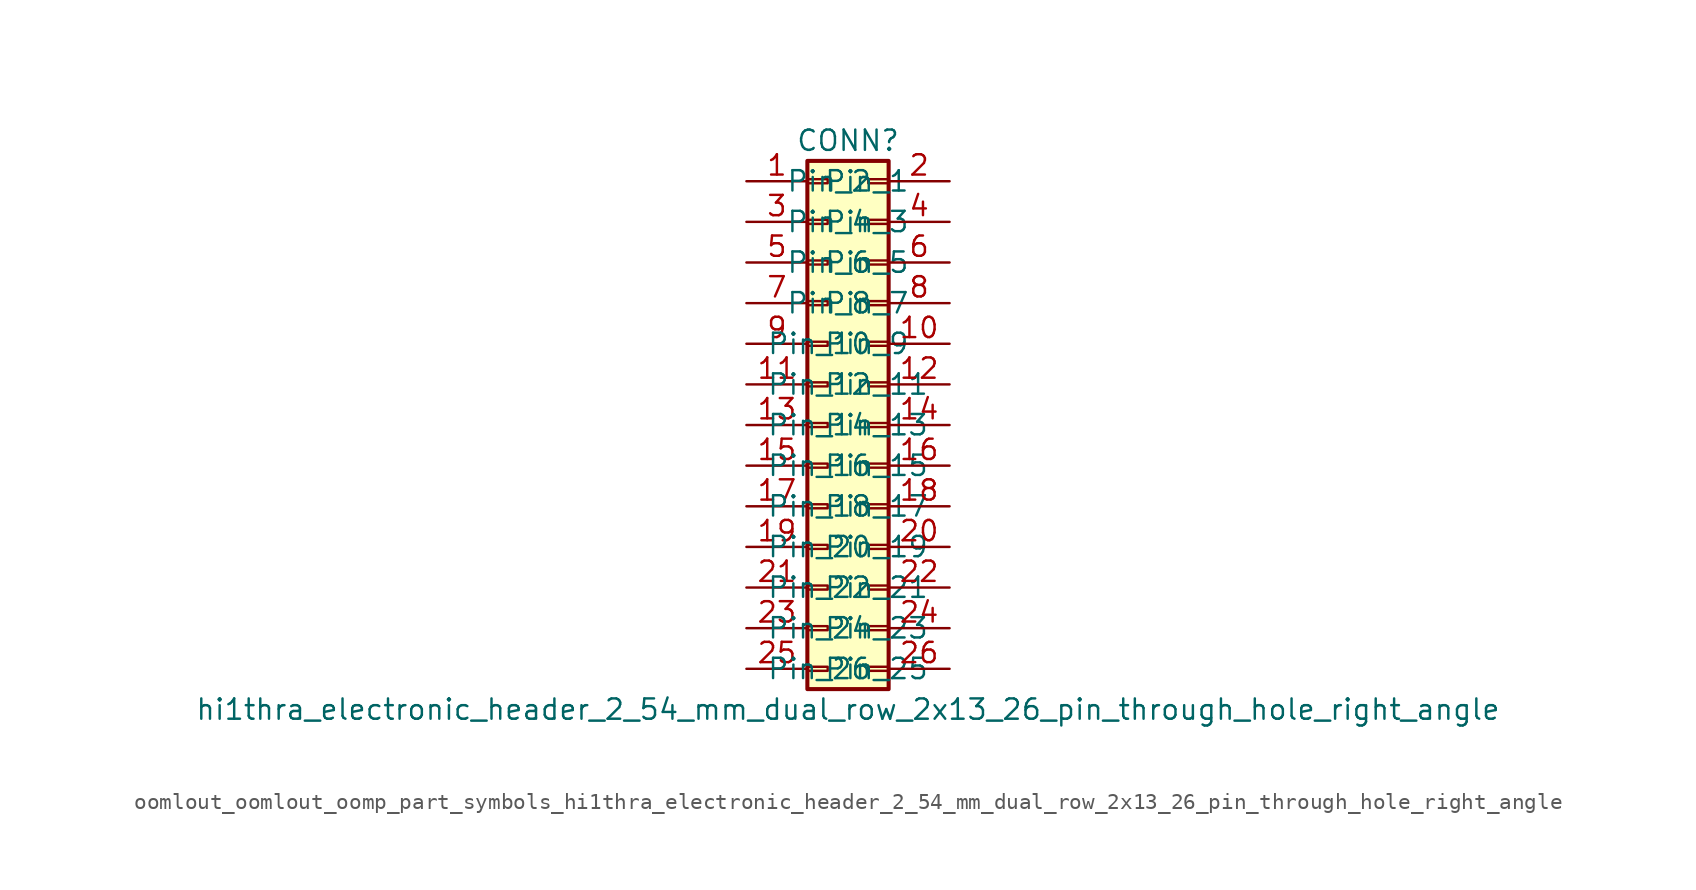
<source format=kicad_sym>
(kicad_symbol_lib
  (version 20220914)
  (generator kicad_symbol_editor)
  (symbol "oomlout_oomlout_oomp_part_symbols_hi1thra_electronic_header_2_54_mm_dual_row_2x13_26_pin_through_hole_right_angle"
    (pin_names
      (offset 1.016))
    (property "Reference" "CONN"
      (at 1.27 17.78 0)
      (effects (font (size 1.27 1.27))))
    (property "Value" "hi1thra_electronic_header_2_54_mm_dual_row_2x13_26_pin_through_hole_right_angle"
      (at 1.27 -17.78 0)
      (effects (font (size 1.27 1.27))))
    (symbol "oomlout_oomlout_oomp_part_symbols_hi1thra_electronic_header_2_54_mm_dual_row_2x13_26_pin_through_hole_right_angle_1_1"
      (rectangle (start -1.27 -15.113) (end 0 -15.367) (stroke (width 0.152) (type default)) (fill (type none)))
      (rectangle (start -1.27 -12.573) (end 0 -12.827) (stroke (width 0.152) (type default)) (fill (type none)))
      (rectangle (start -1.27 -10.033) (end 0 -10.287) (stroke (width 0.152) (type default)) (fill (type none)))
      (rectangle (start -1.27 -7.493) (end 0 -7.747) (stroke (width 0.152) (type default)) (fill (type none)))
      (rectangle (start -1.27 -4.953) (end 0 -5.207) (stroke (width 0.152) (type default)) (fill (type none)))
      (rectangle (start -1.27 -2.413) (end 0 -2.667) (stroke (width 0.152) (type default)) (fill (type none)))
      (rectangle (start -1.27 0.127) (end 0 -0.127) (stroke (width 0.152) (type default)) (fill (type none)))
      (rectangle (start -1.27 2.667) (end 0 2.413) (stroke (width 0.152) (type default)) (fill (type none)))
      (rectangle (start -1.27 5.207) (end 0 4.953) (stroke (width 0.152) (type default)) (fill (type none)))
      (rectangle (start -1.27 7.747) (end 0 7.493) (stroke (width 0.152) (type default)) (fill (type none)))
      (rectangle (start -1.27 10.287) (end 0 10.033) (stroke (width 0.152) (type default)) (fill (type none)))
      (rectangle (start -1.27 12.827) (end 0 12.573) (stroke (width 0.152) (type default)) (fill (type none)))
      (rectangle (start -1.27 15.367) (end 0 15.113) (stroke (width 0.152) (type default)) (fill (type none)))
      (rectangle (start -1.27 16.51) (end 3.81 -16.51) (stroke (width 0.254) (type default)) (fill (type background)))
      (rectangle (start 3.81 -15.113) (end 2.54 -15.367) (stroke (width 0.152) (type default)) (fill (type none)))
      (rectangle (start 3.81 -12.573) (end 2.54 -12.827) (stroke (width 0.152) (type default)) (fill (type none)))
      (rectangle (start 3.81 -10.033) (end 2.54 -10.287) (stroke (width 0.152) (type default)) (fill (type none)))
      (rectangle (start 3.81 -7.493) (end 2.54 -7.747) (stroke (width 0.152) (type default)) (fill (type none)))
      (rectangle (start 3.81 -4.953) (end 2.54 -5.207) (stroke (width 0.152) (type default)) (fill (type none)))
      (rectangle (start 3.81 -2.413) (end 2.54 -2.667) (stroke (width 0.152) (type default)) (fill (type none)))
      (rectangle (start 3.81 0.127) (end 2.54 -0.127) (stroke (width 0.152) (type default)) (fill (type none)))
      (rectangle (start 3.81 2.667) (end 2.54 2.413) (stroke (width 0.152) (type default)) (fill (type none)))
      (rectangle (start 3.81 5.207) (end 2.54 4.953) (stroke (width 0.152) (type default)) (fill (type none)))
      (rectangle (start 3.81 7.747) (end 2.54 7.493) (stroke (width 0.152) (type default)) (fill (type none)))
      (rectangle (start 3.81 10.287) (end 2.54 10.033) (stroke (width 0.152) (type default)) (fill (type none)))
      (rectangle (start 3.81 12.827) (end 2.54 12.573) (stroke (width 0.152) (type default)) (fill (type none)))
      (rectangle (start 3.81 15.367) (end 2.54 15.113) (stroke (width 0.152) (type default)) (fill (type none)))
      (pin passive line (at -5.08 15.24 0) (length 3.81) (name "Pin_1" (effects (font (size 1.27 1.27)))) (number "1" (effects (font (size 1.27 1.27)))))
      (pin passive line (at 7.62 5.08 180) (length 3.81) (name "Pin_10" (effects (font (size 1.27 1.27)))) (number "10" (effects (font (size 1.27 1.27)))))
      (pin passive line (at -5.08 2.54 0) (length 3.81) (name "Pin_11" (effects (font (size 1.27 1.27)))) (number "11" (effects (font (size 1.27 1.27)))))
      (pin passive line (at 7.62 2.54 180) (length 3.81) (name "Pin_12" (effects (font (size 1.27 1.27)))) (number "12" (effects (font (size 1.27 1.27)))))
      (pin passive line (at -5.08 0 0) (length 3.81) (name "Pin_13" (effects (font (size 1.27 1.27)))) (number "13" (effects (font (size 1.27 1.27)))))
      (pin passive line (at 7.62 0 180) (length 3.81) (name "Pin_14" (effects (font (size 1.27 1.27)))) (number "14" (effects (font (size 1.27 1.27)))))
      (pin passive line (at -5.08 -2.54 0) (length 3.81) (name "Pin_15" (effects (font (size 1.27 1.27)))) (number "15" (effects (font (size 1.27 1.27)))))
      (pin passive line (at 7.62 -2.54 180) (length 3.81) (name "Pin_16" (effects (font (size 1.27 1.27)))) (number "16" (effects (font (size 1.27 1.27)))))
      (pin passive line (at -5.08 -5.08 0) (length 3.81) (name "Pin_17" (effects (font (size 1.27 1.27)))) (number "17" (effects (font (size 1.27 1.27)))))
      (pin passive line (at 7.62 -5.08 180) (length 3.81) (name "Pin_18" (effects (font (size 1.27 1.27)))) (number "18" (effects (font (size 1.27 1.27)))))
      (pin passive line (at -5.08 -7.62 0) (length 3.81) (name "Pin_19" (effects (font (size 1.27 1.27)))) (number "19" (effects (font (size 1.27 1.27)))))
      (pin passive line (at 7.62 15.24 180) (length 3.81) (name "Pin_2" (effects (font (size 1.27 1.27)))) (number "2" (effects (font (size 1.27 1.27)))))
      (pin passive line (at 7.62 -7.62 180) (length 3.81) (name "Pin_20" (effects (font (size 1.27 1.27)))) (number "20" (effects (font (size 1.27 1.27)))))
      (pin passive line (at -5.08 -10.16 0) (length 3.81) (name "Pin_21" (effects (font (size 1.27 1.27)))) (number "21" (effects (font (size 1.27 1.27)))))
      (pin passive line (at 7.62 -10.16 180) (length 3.81) (name "Pin_22" (effects (font (size 1.27 1.27)))) (number "22" (effects (font (size 1.27 1.27)))))
      (pin passive line (at -5.08 -12.7 0) (length 3.81) (name "Pin_23" (effects (font (size 1.27 1.27)))) (number "23" (effects (font (size 1.27 1.27)))))
      (pin passive line (at 7.62 -12.7 180) (length 3.81) (name "Pin_24" (effects (font (size 1.27 1.27)))) (number "24" (effects (font (size 1.27 1.27)))))
      (pin passive line (at -5.08 -15.24 0) (length 3.81) (name "Pin_25" (effects (font (size 1.27 1.27)))) (number "25" (effects (font (size 1.27 1.27)))))
      (pin passive line (at 7.62 -15.24 180) (length 3.81) (name "Pin_26" (effects (font (size 1.27 1.27)))) (number "26" (effects (font (size 1.27 1.27)))))
      (pin passive line (at -5.08 12.7 0) (length 3.81) (name "Pin_3" (effects (font (size 1.27 1.27)))) (number "3" (effects (font (size 1.27 1.27)))))
      (pin passive line (at 7.62 12.7 180) (length 3.81) (name "Pin_4" (effects (font (size 1.27 1.27)))) (number "4" (effects (font (size 1.27 1.27)))))
      (pin passive line (at -5.08 10.16 0) (length 3.81) (name "Pin_5" (effects (font (size 1.27 1.27)))) (number "5" (effects (font (size 1.27 1.27)))))
      (pin passive line (at 7.62 10.16 180) (length 3.81) (name "Pin_6" (effects (font (size 1.27 1.27)))) (number "6" (effects (font (size 1.27 1.27)))))
      (pin passive line (at -5.08 7.62 0) (length 3.81) (name "Pin_7" (effects (font (size 1.27 1.27)))) (number "7" (effects (font (size 1.27 1.27)))))
      (pin passive line (at 7.62 7.62 180) (length 3.81) (name "Pin_8" (effects (font (size 1.27 1.27)))) (number "8" (effects (font (size 1.27 1.27)))))
      (pin passive line (at -5.08 5.08 0) (length 3.81) (name "Pin_9" (effects (font (size 1.27 1.27)))) (number "9" (effects (font (size 1.27 1.27))))))))
</source>
